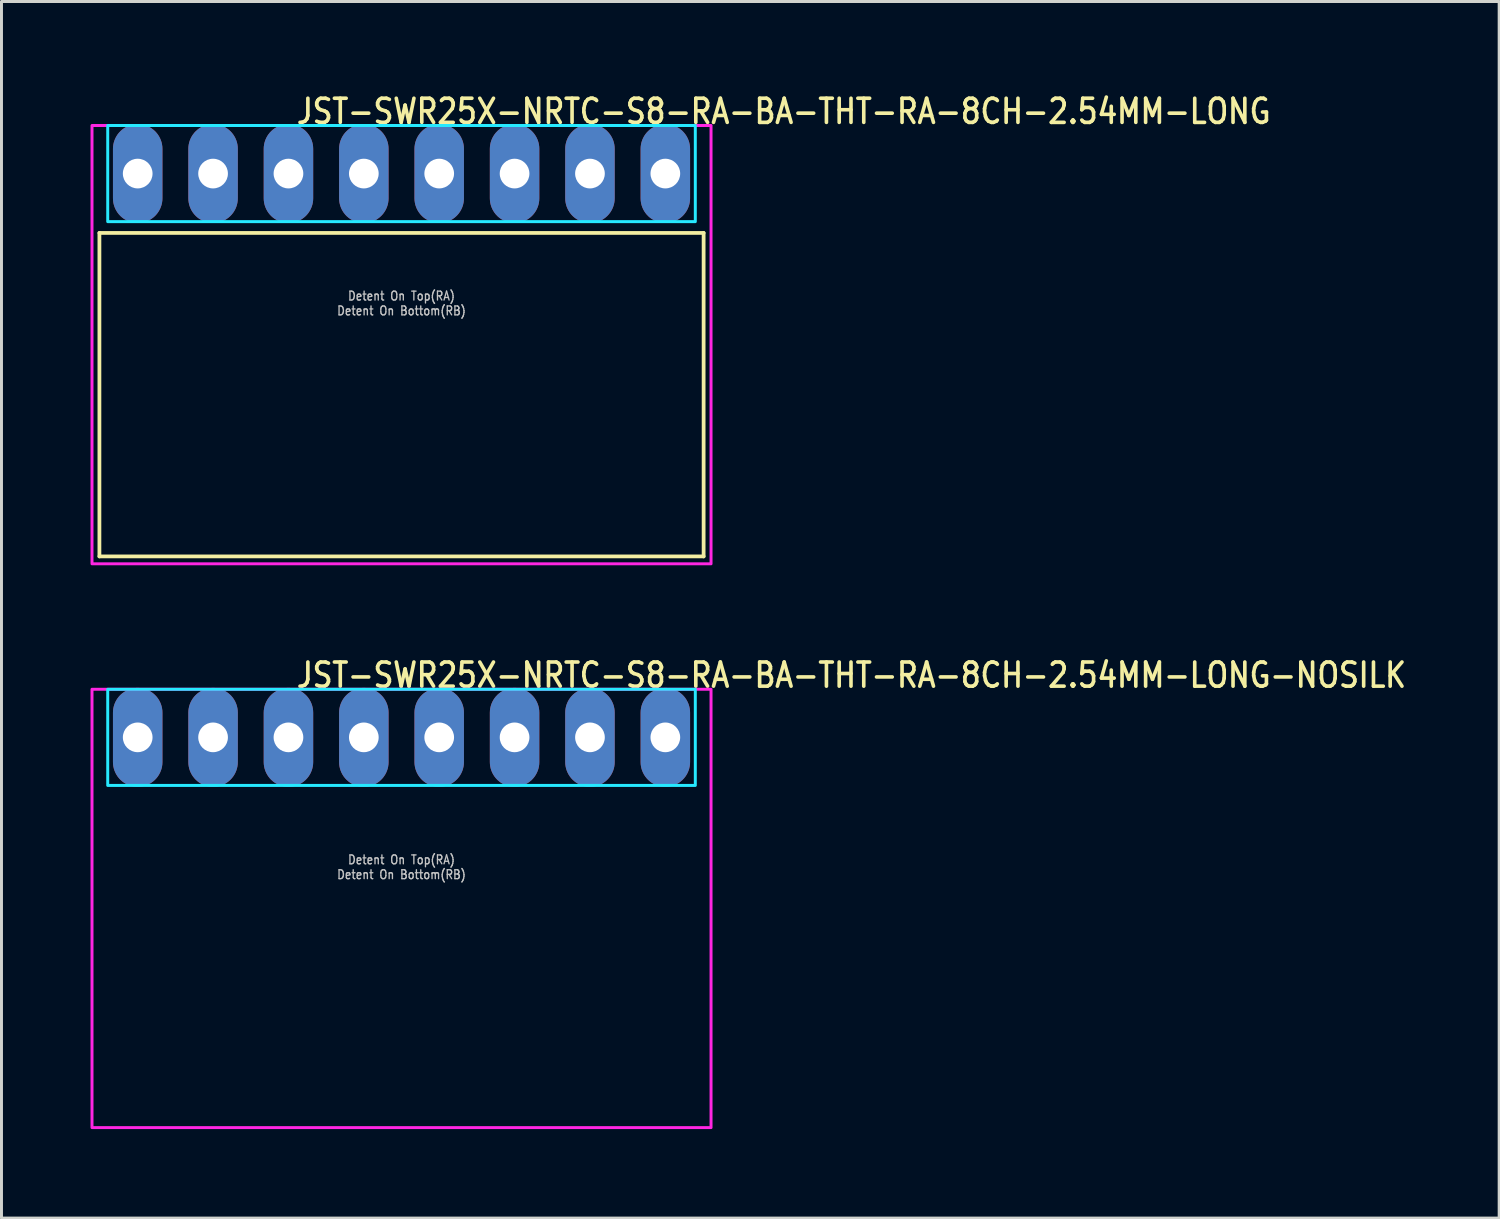
<source format=kicad_pcb>
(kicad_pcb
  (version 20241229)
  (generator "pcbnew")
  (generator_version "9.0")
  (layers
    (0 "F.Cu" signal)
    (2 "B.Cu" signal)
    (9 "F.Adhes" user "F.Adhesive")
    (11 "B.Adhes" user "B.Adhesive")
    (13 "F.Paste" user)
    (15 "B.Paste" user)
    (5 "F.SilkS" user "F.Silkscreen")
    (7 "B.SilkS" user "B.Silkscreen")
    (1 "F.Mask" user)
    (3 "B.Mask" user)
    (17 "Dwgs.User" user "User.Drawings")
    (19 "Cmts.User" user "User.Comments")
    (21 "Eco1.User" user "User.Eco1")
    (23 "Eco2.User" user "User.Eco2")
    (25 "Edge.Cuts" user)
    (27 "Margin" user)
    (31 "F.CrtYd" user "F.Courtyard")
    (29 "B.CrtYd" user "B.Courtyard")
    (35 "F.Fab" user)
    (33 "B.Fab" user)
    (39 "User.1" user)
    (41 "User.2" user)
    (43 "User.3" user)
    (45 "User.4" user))
  (footprint "JST-SWR25X-NRTC-S8-RA-BA-THT-RA-8CH-2.54MM-LONG"
    (layer "F.Cu")
    (at 10.48 2.799)
    (property "Reference" "JST-SWR25X-NRTC-S8-RA-BA-THT-RA-8CH-2.54MM-LONG" (at -3.6 -1.62 0) (unlocked yes) (layer "F.SilkS") (effects (font (size 0.813 0.695) (thickness 0.122)) (justify left bottom)))
    (fp_line (start -10.18 2) (end 10.18 2) (stroke (width 0.127) (type solid)) (layer "F.SilkS"))
    (fp_line (start -10.18 12.9) (end -10.18 2) (stroke (width 0.127) (type solid)) (layer "F.SilkS"))
    (fp_line (start -10.18 12.9) (end 10.18 12.9) (stroke (width 0.127) (type solid)) (layer "F.SilkS"))
    (fp_line (start 10.18 2) (end 10.18 12.9) (stroke (width 0.127) (type solid)) (layer "F.SilkS"))
    (fp_poly (pts (xy -9.9 -1.62) (xy -9.9 1.62) (xy 9.9 1.62) (xy 9.9 -1.62)) (stroke (width 0.1) (type solid)) (fill no) (layer "B.CrtYd"))
    (fp_poly (pts (xy -10.43 -1.62) (xy -10.43 13.15) (xy 10.43 13.15) (xy 10.43 -1.62)) (stroke (width 0.1) (type solid)) (fill no) (layer "F.CrtYd"))
    (fp_text user "Detent On Bottom(RB)" (at 0 4.8 0) (unlocked yes) (layer "Dwgs.User") (effects (font (size 0.3 0.257) (thickness 0.045)) (justify bottom)))
    (fp_text user "Detent On Top(RA)" (at 0 4.3 0) (unlocked yes) (layer "Dwgs.User") (effects (font (size 0.3 0.257) (thickness 0.045)) (justify bottom)))
    (pad "P$1" thru_hole oval (at -8.89 0 90) (size 3.333 1.667) (drill 1) (layers "*.Cu" "*.Mask"))
    (pad "P$2" thru_hole oval (at -6.35 0 90) (size 3.333 1.667) (drill 1) (layers "*.Cu" "*.Mask"))
    (pad "P$3" thru_hole oval (at -3.81 0 90) (size 3.333 1.667) (drill 1) (layers "*.Cu" "*.Mask"))
    (pad "P$4" thru_hole oval (at -1.27 0 90) (size 3.333 1.667) (drill 1) (layers "*.Cu" "*.Mask"))
    (pad "P$5" thru_hole oval (at 1.27 0 90) (size 3.333 1.667) (drill 1) (layers "*.Cu" "*.Mask"))
    (pad "P$6" thru_hole oval (at 3.81 0 90) (size 3.333 1.667) (drill 1) (layers "*.Cu" "*.Mask"))
    (pad "P$7" thru_hole oval (at 6.35 0 90) (size 3.333 1.667) (drill 1) (layers "*.Cu" "*.Mask"))
    (pad "P$8" thru_hole oval (at 8.89 0 90) (size 3.333 1.667) (drill 1) (layers "*.Cu" "*.Mask")))
  (footprint "JST-SWR25X-NRTC-S8-RA-BA-THT-RA-8CH-2.54MM-LONG-NOSILK"
    (layer "F.Cu")
    (at 10.48 21.797)
    (property "Reference" "JST-SWR25X-NRTC-S8-RA-BA-THT-RA-8CH-2.54MM-LONG-NOSILK" (at -3.6 -1.62 0) (unlocked yes) (layer "F.SilkS") (effects (font (size 0.813 0.695) (thickness 0.122)) (justify left bottom)))
    (fp_poly (pts (xy -9.9 -1.62) (xy -9.9 1.62) (xy 9.9 1.62) (xy 9.9 -1.62)) (stroke (width 0.1) (type solid)) (fill no) (layer "B.CrtYd"))
    (fp_poly (pts (xy -10.43 -1.62) (xy -10.43 13.15) (xy 10.43 13.15) (xy 10.43 -1.62)) (stroke (width 0.1) (type solid)) (fill no) (layer "F.CrtYd"))
    (fp_text user "Detent On Bottom(RB)" (at 0 4.8 0) (unlocked yes) (layer "Dwgs.User") (effects (font (size 0.3 0.257) (thickness 0.045)) (justify bottom)))
    (fp_text user "Detent On Top(RA)" (at 0 4.3 0) (unlocked yes) (layer "Dwgs.User") (effects (font (size 0.3 0.257) (thickness 0.045)) (justify bottom)))
    (pad "P$1" thru_hole oval (at -8.89 0 90) (size 3.333 1.667) (drill 1) (layers "*.Cu" "*.Mask"))
    (pad "P$2" thru_hole oval (at -6.35 0 90) (size 3.333 1.667) (drill 1) (layers "*.Cu" "*.Mask"))
    (pad "P$3" thru_hole oval (at -3.81 0 90) (size 3.333 1.667) (drill 1) (layers "*.Cu" "*.Mask"))
    (pad "P$4" thru_hole oval (at -1.27 0 90) (size 3.333 1.667) (drill 1) (layers "*.Cu" "*.Mask"))
    (pad "P$5" thru_hole oval (at 1.27 0 90) (size 3.333 1.667) (drill 1) (layers "*.Cu" "*.Mask"))
    (pad "P$6" thru_hole oval (at 3.81 0 90) (size 3.333 1.667) (drill 1) (layers "*.Cu" "*.Mask"))
    (pad "P$7" thru_hole oval (at 6.35 0 90) (size 3.333 1.667) (drill 1) (layers "*.Cu" "*.Mask"))
    (pad "P$8" thru_hole oval (at 8.89 0 90) (size 3.333 1.667) (drill 1) (layers "*.Cu" "*.Mask")))
  (gr_rect
    (start -3 -3)
    (end 47.468 37.997)
    (stroke (width 0.1) (type default))
    (fill no)
    (layer "Edge.Cuts")))
</source>
